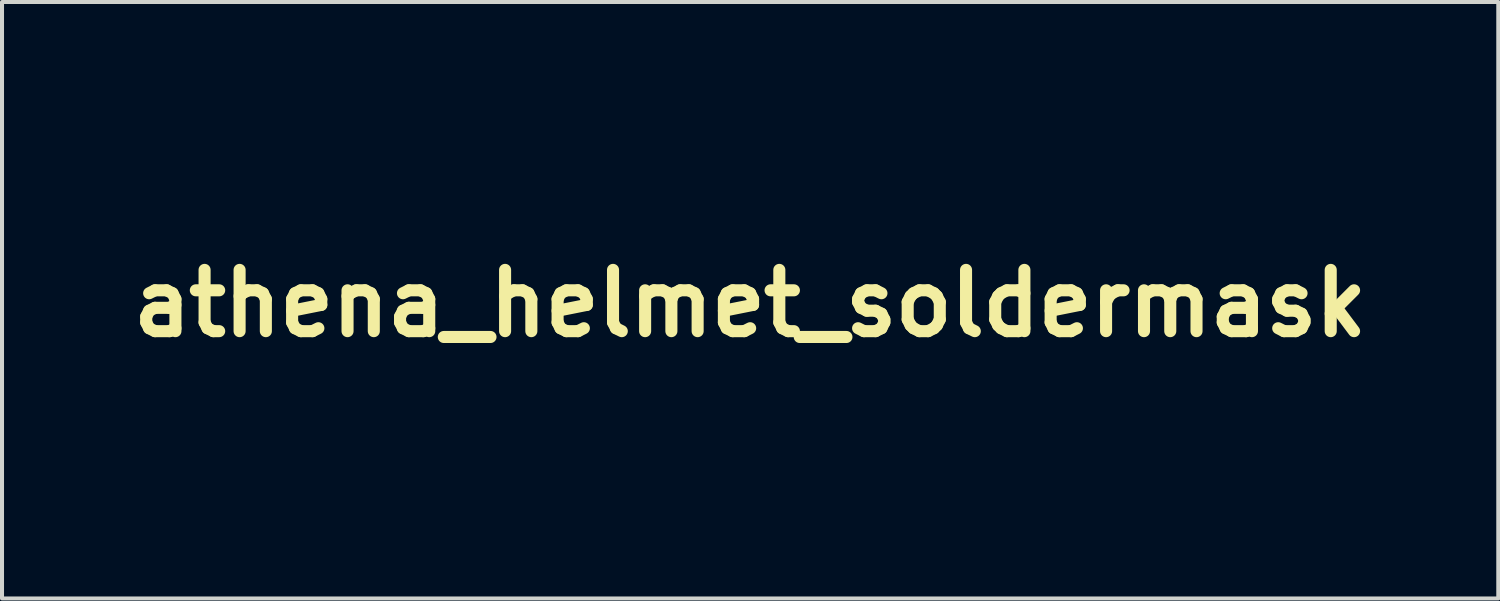
<source format=kicad_pcb>
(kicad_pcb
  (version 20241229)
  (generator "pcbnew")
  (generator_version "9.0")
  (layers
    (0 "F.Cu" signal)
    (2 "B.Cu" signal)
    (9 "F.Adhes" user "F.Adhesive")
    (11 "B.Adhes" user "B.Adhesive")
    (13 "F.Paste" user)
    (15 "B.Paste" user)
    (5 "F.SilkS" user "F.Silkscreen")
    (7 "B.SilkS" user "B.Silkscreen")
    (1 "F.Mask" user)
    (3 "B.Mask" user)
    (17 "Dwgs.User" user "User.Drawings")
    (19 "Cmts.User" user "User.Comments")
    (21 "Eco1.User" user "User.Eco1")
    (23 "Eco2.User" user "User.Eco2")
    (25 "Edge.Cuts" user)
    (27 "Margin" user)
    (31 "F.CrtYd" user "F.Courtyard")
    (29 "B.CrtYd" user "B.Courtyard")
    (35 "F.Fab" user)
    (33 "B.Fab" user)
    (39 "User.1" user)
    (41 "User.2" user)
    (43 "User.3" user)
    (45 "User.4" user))
  (footprint "athena_helmet_soldermask"
    (layer "F.Cu")
    (at 15.61 4.498)
    (property "Reference" "athena_helmet_soldermask" (at 0 0 0) (layer "F.SilkS") (effects (font (size 1.524 1.524) (thickness 0.3))))
    (attr through_hole)
    (fp_poly (pts (xy -0.63 -4.493) (xy -0.458 -4.489) (xy -0.317 -4.476) (xy -0.191 -4.453) (xy -0.063 -4.415) (xy 0.03 -4.381) (xy 0.366 -4.234) (xy 0.712 -4.041) (xy 1.063 -3.805) (xy 1.416 -3.53) (xy 1.767 -3.217) (xy 1.91 -3.079) (xy 2.059 -2.925) (xy 2.169 -2.801) (xy 2.241 -2.704) (xy 2.276 -2.634) (xy 2.273 -2.59) (xy 2.267 -2.583) (xy 2.234 -2.565) (xy 2.169 -2.535) (xy 2.084 -2.499) (xy 2.071 -2.494) (xy 1.863 -2.403) (xy 1.696 -2.317) (xy 1.564 -2.23) (xy 1.46 -2.139) (xy 1.442 -2.119) (xy 1.377 -2.043) (xy 1.334 -1.972) (xy 1.308 -1.893) (xy 1.295 -1.794) (xy 1.29 -1.661) (xy 1.29 -1.627) (xy 1.285 -1.515) (xy 1.269 -1.443) (xy 1.25 -1.411) (xy 1.234 -1.388) (xy 1.232 -1.361) (xy 1.247 -1.322) (xy 1.282 -1.261) (xy 1.343 -1.168) (xy 1.349 -1.159) (xy 1.536 -0.841) (xy 1.703 -0.481) (xy 1.848 -0.083) (xy 1.946 0.257) (xy 1.981 0.399) (xy 2.001 0.504) (xy 2.006 0.583) (xy 1.998 0.645) (xy 1.977 0.701) (xy 1.972 0.71) (xy 1.935 0.781) (xy 1.935 0.719) (xy 1.919 0.645) (xy 1.88 0.583) (xy 1.829 0.548) (xy 1.812 0.546) (xy 1.76 0.567) (xy 1.704 0.62) (xy 1.656 0.693) (xy 1.626 0.769) (xy 1.624 0.776) (xy 1.618 0.842) (xy 1.615 0.937) (xy 1.617 1.029) (xy 1.625 1.203) (xy 1.724 1.195) (xy 1.814 1.177) (xy 1.875 1.132) (xy 1.913 1.055) (xy 1.933 0.938) (xy 1.938 0.884) (xy 1.944 0.854) (xy 1.95 0.855) (xy 1.957 0.889) (xy 1.967 0.962) (xy 1.98 1.076) (xy 1.993 1.191) (xy 2.015 1.386) (xy 2.036 1.54) (xy 2.056 1.66) (xy 2.077 1.755) (xy 2.101 1.832) (xy 2.129 1.899) (xy 2.137 1.915) (xy 2.169 2.012) (xy 2.183 2.126) (xy 2.183 2.138) (xy 2.186 2.207) (xy 2.194 2.314) (xy 2.206 2.447) (xy 2.221 2.595) (xy 2.232 2.697) (xy 2.264 2.987) (xy 2.285 3.231) (xy 2.297 3.435) (xy 2.299 3.601) (xy 2.291 3.732) (xy 2.273 3.833) (xy 2.244 3.907) (xy 2.216 3.948) (xy 2.166 3.983) (xy 2.114 3.992) (xy 2.077 3.973) (xy 2.073 3.963) (xy 2.061 3.916) (xy 2.042 3.831) (xy 2.016 3.715) (xy 1.985 3.576) (xy 1.951 3.42) (xy 1.916 3.255) (xy 1.881 3.09) (xy 1.848 2.931) (xy 1.817 2.785) (xy 1.792 2.662) (xy 1.773 2.566) (xy 1.762 2.508) (xy 1.76 2.493) (xy 1.743 2.443) (xy 1.701 2.387) (xy 1.696 2.382) (xy 1.637 2.321) (xy 1.584 2.254) (xy 1.535 2.176) (xy 1.487 2.079) (xy 1.437 1.96) (xy 1.384 1.812) (xy 1.325 1.629) (xy 1.256 1.406) (xy 1.227 1.306) (xy 1.177 1.164) (xy 1.125 1.056) (xy 1.091 1.009) (xy 1.052 0.968) (xy 1.014 0.945) (xy 0.963 0.934) (xy 0.884 0.93) (xy 0.838 0.93) (xy 0.731 0.933) (xy 0.649 0.947) (xy 0.567 0.977) (xy 0.488 1.015) (xy 0.409 1.06) (xy 0.312 1.124) (xy 0.204 1.201) (xy 0.094 1.283) (xy -0.01 1.366) (xy -0.101 1.442) (xy -0.171 1.507) (xy -0.211 1.552) (xy -0.218 1.566) (xy -0.214 1.59) (xy -0.187 1.608) (xy -0.134 1.622) (xy -0.047 1.63) (xy 0.077 1.635) (xy 0.244 1.637) (xy 0.296 1.637) (xy 0.491 1.634) (xy 0.646 1.623) (xy 0.77 1.603) (xy 0.872 1.572) (xy 0.961 1.527) (xy 0.998 1.504) (xy 1.085 1.445) (xy 1.099 1.919) (xy 1.11 2.171) (xy 1.127 2.389) (xy 1.151 2.587) (xy 1.174 2.729) (xy 1.226 3.015) (xy 1.269 3.257) (xy 1.304 3.459) (xy 1.333 3.627) (xy 1.355 3.764) (xy 1.372 3.875) (xy 1.383 3.965) (xy 1.391 4.038) (xy 1.396 4.099) (xy 1.397 4.141) (xy 1.401 4.328) (xy 1.315 4.334) (xy 1.246 4.33) (xy 1.151 4.314) (xy 1.054 4.292) (xy 0.614 4.153) (xy 0.203 3.986) (xy -0.186 3.783) (xy -0.563 3.542) (xy -0.937 3.257) (xy -0.991 3.212) (xy -1.131 3.092) (xy -1.239 2.989) (xy -1.325 2.894) (xy -1.398 2.797) (xy -1.458 2.704) (xy -1.523 2.607) (xy -1.578 2.549) (xy -1.607 2.535) (xy -1.656 2.538) (xy -1.735 2.554) (xy -1.824 2.578) (xy -1.937 2.608) (xy -2.038 2.624) (xy -2.12 2.628) (xy -2.17 2.618) (xy -2.183 2.601) (xy -2.173 2.568) (xy -2.147 2.501) (xy -2.109 2.413) (xy -2.09 2.372) (xy -2.051 2.287) (xy -2.025 2.22) (xy -2.009 2.158) (xy -2.001 2.087) (xy -1.998 1.995) (xy -1.998 1.866) (xy -1.998 1.86) (xy -2.004 1.66) (xy -2.022 1.499) (xy -2.055 1.368) (xy -2.105 1.255) (xy -2.164 1.167) (xy -2.218 1.093) (xy -2.267 1.026) (xy -2.285 1) (xy -2.326 0.916) (xy -2.356 0.799) (xy -2.377 0.646) (xy -2.389 0.452) (xy -2.391 0.213) (xy -2.391 0.211) (xy -2.385 -0.051) (xy -2.368 -0.279) (xy -2.338 -0.489) (xy -2.292 -0.699) (xy -2.24 -0.886) (xy -2.212 -0.982) (xy -2.193 -1.055) (xy -2.182 -1.117) (xy -2.18 -1.182) (xy -2.186 -1.263) (xy -2.197 -1.372) (xy -2.206 -1.451) (xy -2.224 -1.644) (xy -2.238 -1.862) (xy -2.247 -2.091) (xy -2.248 -2.142) (xy -1.018 -2.142) (xy -1.011 -2.143) (xy -0.964 -2.154) (xy -0.886 -2.169) (xy -0.812 -2.182) (xy -0.71 -2.198) (xy -0.612 -2.211) (xy -0.558 -2.217) (xy -0.537 -2.221) (xy -0.561 -2.223) (xy -0.623 -2.223) (xy -0.682 -2.222) (xy -0.817 -2.215) (xy -0.912 -2.2) (xy -0.977 -2.175) (xy -0.98 -2.173) (xy -1.017 -2.149) (xy -1.018 -2.142) (xy -2.248 -2.142) (xy -2.251 -2.319) (xy -2.249 -2.532) (xy -2.242 -2.718) (xy -2.234 -2.819) (xy -2.185 -3.155) (xy -2.107 -3.451) (xy -2 -3.708) (xy -1.864 -3.928) (xy -1.696 -4.113) (xy -1.497 -4.263) (xy -1.36 -4.338) (xy -1.213 -4.404) (xy -1.083 -4.449) (xy -0.955 -4.476) (xy -0.81 -4.49) (xy -0.633 -4.493) (xy -0.63 -4.493)) (stroke (width 0.01) (type solid)) (fill yes) (layer "F.Mask")))
  (gr_rect
    (start -3 -3)
    (end 34.22 11.837)
    (stroke (width 0.1) (type default))
    (fill no)
    (layer "Edge.Cuts")))
</source>
